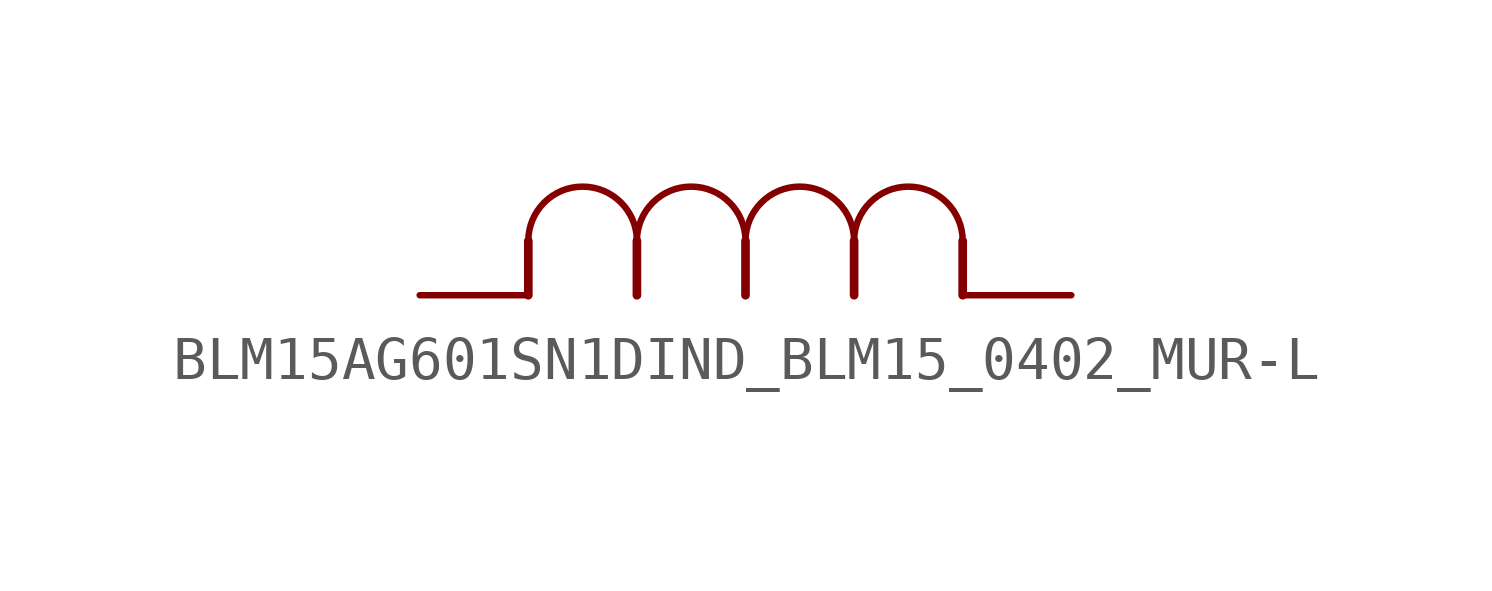
<source format=kicad_sym>
(kicad_symbol_lib
  (version 20220914)
  (generator kicad_symbol_editor)
  (symbol "BLM15AG601SN1DIND_BLM15_0402_MUR-L"
    (property "Reference" "L"
      (at -0.914 3.353 0)
      (effects (font (size 3.48 2.958)) (justify left bottom) hide))
    (property "ki_locked" ""
      (at 0 0 0)
      (effects (font (size 1.27 1.27))))
    (symbol "BLM15AG601SN1DIND_BLM15_0402_MUR-L_1_0"
      (polyline (pts (xy 2.54 0) (xy 2.54 1.27)) (stroke (width 0.203) (type solid)) (fill (type none)))
      (polyline (pts (xy 5.08 0) (xy 5.08 1.27)) (stroke (width 0.203) (type solid)) (fill (type none)))
      (polyline (pts (xy 7.62 0) (xy 7.62 1.27)) (stroke (width 0.203) (type solid)) (fill (type none)))
      (polyline (pts (xy 10.16 0) (xy 10.16 1.27)) (stroke (width 0.203) (type solid)) (fill (type none)))
      (polyline (pts (xy 12.7 0) (xy 12.7 1.27)) (stroke (width 0.203) (type solid)) (fill (type none)))
      (arc (start 5.08 1.27) (mid 3.81 2.54) (end 2.54 1.27) (stroke (width 0.1524) (type solid)) (fill (type none)))
      (arc (start 7.62 1.27) (mid 6.35 2.54) (end 5.08 1.27) (stroke (width 0.1524) (type solid)) (fill (type none)))
      (arc (start 10.16 1.27) (mid 8.89 2.54) (end 7.62 1.27) (stroke (width 0.1524) (type solid)) (fill (type none)))
      (arc (start 12.7 1.27) (mid 11.43 2.54) (end 10.16 1.27) (stroke (width 0.1524) (type solid)) (fill (type none)))
      (pin passive line (at 15.24 0 180) (length 2.54) (name "1" (effects (font (size 0 0)))) (number "1" (effects (font (size 0 0)))))
      (pin passive line (at 0 0 0) (length 2.54) (name "2" (effects (font (size 0 0)))) (number "2" (effects (font (size 0 0))))))))
</source>
